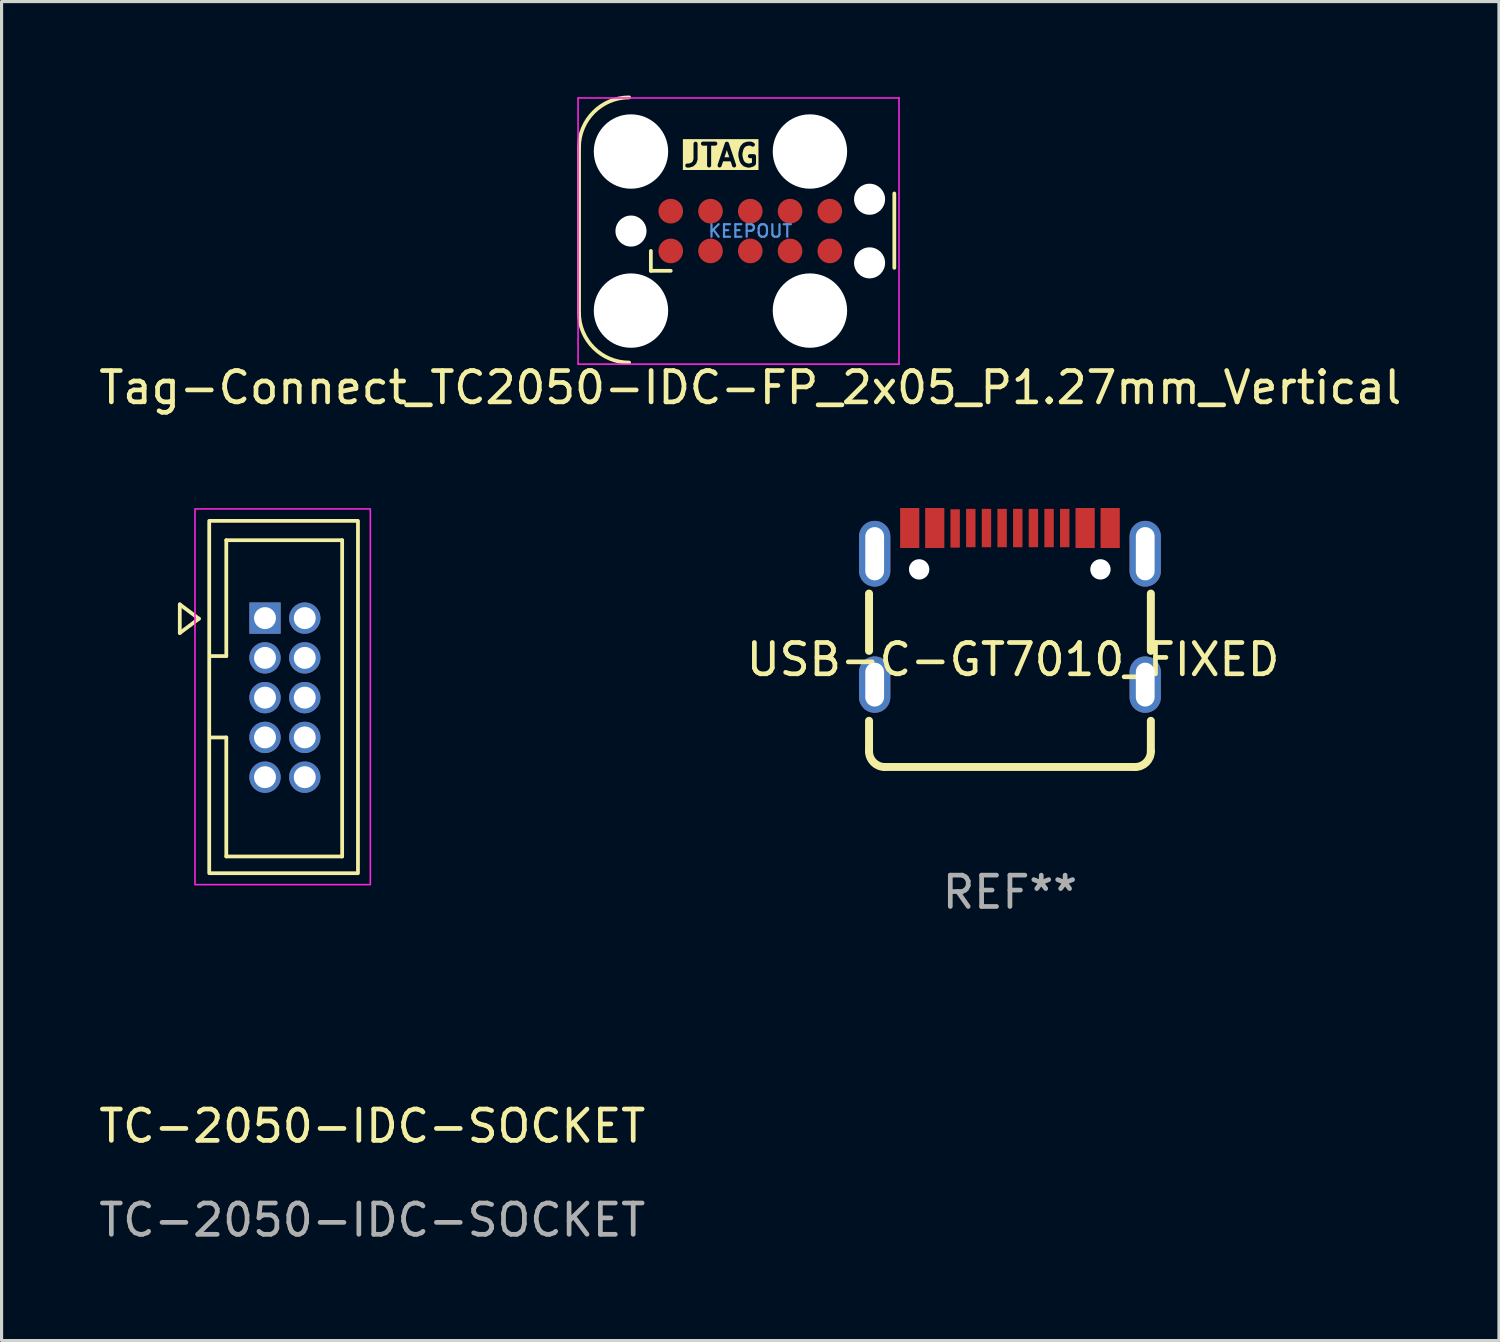
<source format=kicad_pcb>
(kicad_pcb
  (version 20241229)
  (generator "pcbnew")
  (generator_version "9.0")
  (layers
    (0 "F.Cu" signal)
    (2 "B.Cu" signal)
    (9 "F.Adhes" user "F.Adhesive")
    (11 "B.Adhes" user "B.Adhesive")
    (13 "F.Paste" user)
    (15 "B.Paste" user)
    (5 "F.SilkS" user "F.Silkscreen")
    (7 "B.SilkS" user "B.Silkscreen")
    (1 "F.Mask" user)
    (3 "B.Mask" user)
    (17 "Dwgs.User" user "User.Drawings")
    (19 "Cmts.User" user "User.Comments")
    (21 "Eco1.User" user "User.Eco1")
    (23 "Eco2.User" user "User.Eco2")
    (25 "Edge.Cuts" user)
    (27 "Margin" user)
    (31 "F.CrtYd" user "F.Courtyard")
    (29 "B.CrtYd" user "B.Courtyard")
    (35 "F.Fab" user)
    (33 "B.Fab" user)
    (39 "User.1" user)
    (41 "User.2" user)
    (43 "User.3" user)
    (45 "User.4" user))
  (footprint "Tag-Connect_TC2050-IDC-FP_2x05_P1.27mm_Vertical"
    (layer "F.Cu")
    (at 20.911 4.329)
    (property "Reference" "Tag-Connect_TC2050-IDC-FP_2x05_P1.27mm_Vertical" (at 0 5 0) (layer "F.SilkS") (effects (font (size 1 1) (thickness 0.15))))
    (attr exclude_from_pos_files exclude_from_bom)
    (fp_line (start -5.469 2.6) (end -5.469 -2.669) (stroke (width 0.12) (type default)) (layer "F.SilkS"))
    (fp_line (start -3.175 1.27) (end -3.175 0.635) (stroke (width 0.12) (type solid)) (layer "F.SilkS"))
    (fp_line (start -2.54 1.27) (end -3.175 1.27) (stroke (width 0.12) (type solid)) (layer "F.SilkS"))
    (fp_line (start 4.6 -1.2) (end 4.6 1.174) (stroke (width 0.12) (type default)) (layer "F.SilkS"))
    (fp_arc (start -5.468629 -2.668629) (mid -5 -3.8) (end -3.868629 -4.268629) (stroke (width 0.12) (type default)) (layer "F.SilkS"))
    (fp_arc (start -3.868629 4.2) (mid -5 3.731371) (end -5.468629 2.6) (stroke (width 0.12) (type default)) (layer "F.SilkS"))
    (fp_line (start -5.5 -4.25) (end 4.75 -4.25) (stroke (width 0.05) (type solid)) (layer "F.CrtYd"))
    (fp_line (start -5.5 4.25) (end -5.5 -4.25) (stroke (width 0.05) (type solid)) (layer "F.CrtYd"))
    (fp_line (start 4.75 -4.25) (end 4.75 4.25) (stroke (width 0.05) (type solid)) (layer "F.CrtYd"))
    (fp_line (start 4.75 4.25) (end -5.5 4.25) (stroke (width 0.05) (type solid)) (layer "F.CrtYd"))
    (fp_text user "JTAG" (at -2.2 -2 0) (unlocked yes) (layer "F.SilkS" knockout) (effects (font (size 0.7 0.7) (thickness 0.13) (bold yes)) (justify left bottom)))
    (fp_text user "KEEPOUT" (at 0 0 0) (layer "Cmts.User") (effects (font (size 0.4 0.4) (thickness 0.07))))
    (pad "" np_thru_hole circle (at -3.81 -2.54) (size 2.375 2.375) (drill 2.375) (layers "*.Cu" "*.Mask"))
    (pad "" np_thru_hole circle (at -3.81 0) (size 0.991 0.991) (drill 0.991) (layers "*.Cu" "*.Mask"))
    (pad "" np_thru_hole circle (at -3.81 2.54) (size 2.375 2.375) (drill 2.375) (layers "*.Cu" "*.Mask"))
    (pad "" np_thru_hole circle (at 1.905 -2.54) (size 2.375 2.375) (drill 2.375) (layers "*.Cu" "*.Mask"))
    (pad "" np_thru_hole circle (at 1.905 2.54) (size 2.375 2.375) (drill 2.375) (layers "*.Cu" "*.Mask"))
    (pad "" np_thru_hole circle (at 3.81 -1.016) (size 0.991 0.991) (drill 0.991) (layers "*.Cu" "*.Mask"))
    (pad "" np_thru_hole circle (at 3.81 1.016) (size 0.991 0.991) (drill 0.991) (layers "*.Cu" "*.Mask"))
    (pad "1" connect circle (at -2.54 0.635) (size 0.787 0.787) (layers "F.Cu" "F.Mask"))
    (pad "2" connect circle (at -1.27 0.635) (size 0.787 0.787) (layers "F.Cu" "F.Mask"))
    (pad "3" connect circle (at 0 0.635) (size 0.787 0.787) (layers "F.Cu" "F.Mask"))
    (pad "4" connect circle (at 1.27 0.635) (size 0.787 0.787) (layers "F.Cu" "F.Mask"))
    (pad "5" connect circle (at 2.54 0.635) (size 0.787 0.787) (layers "F.Cu" "F.Mask"))
    (pad "6" connect circle (at 2.54 -0.635) (size 0.787 0.787) (layers "F.Cu" "F.Mask"))
    (pad "7" connect circle (at 1.27 -0.635) (size 0.787 0.787) (layers "F.Cu" "F.Mask"))
    (pad "8" connect circle (at 0 -0.635) (size 0.787 0.787) (layers "F.Cu" "F.Mask"))
    (pad "9" connect circle (at -1.27 -0.635) (size 0.787 0.787) (layers "F.Cu" "F.Mask"))
    (pad "10" connect circle (at -2.54 -0.635) (size 0.787 0.787) (layers "F.Cu" "F.Mask"))
    (zone (net_name "") (layer "F.Cu") (hatch full 0.508) (connect_pads) (min_thickness 0.254) (filled_areas_thickness no) (keepout (tracks allowed) (vias not_allowed) (pads allowed) (copperpour not_allowed) (footprints not_allowed)) (placement (enabled no)) (fill) (polygon (pts (xy 18.371 4.964) (xy 23.451 4.964) (xy 23.451 3.694) (xy 18.371 3.694)))))
  (footprint "TC-2050-IDC-SOCKET"
    (layer "F.Cu")
    (at 8.077 25.802)
    (property "Reference" "TC-2050-IDC-SOCKET" (at 0.762 7.112 0) (unlocked yes) (layer "F.SilkS") (effects (font (size 1 1) (thickness 0.15))))
    (attr through_hole)
    (fp_line (start -5.385 -9.55) (end -4.775 -9.093) (stroke (width 0.12) (type default)) (layer "F.SilkS"))
    (fp_line (start -5.385 -8.636) (end -5.385 -9.55) (stroke (width 0.12) (type default)) (layer "F.SilkS"))
    (fp_line (start -4.775 -9.093) (end -5.385 -8.636) (stroke (width 0.12) (type default)) (layer "F.SilkS"))
    (fp_line (start -3.9 -11.6) (end -3.9 -7.9) (stroke (width 0.12) (type default)) (layer "F.SilkS"))
    (fp_line (start -3.9 -11.6) (end -0.2 -11.6) (stroke (width 0.12) (type default)) (layer "F.SilkS"))
    (fp_line (start -3.9 -7.9) (end -4.4 -7.9) (stroke (width 0.12) (type default)) (layer "F.SilkS"))
    (fp_line (start -3.9 -5.3) (end -4.4 -5.3) (stroke (width 0.12) (type default)) (layer "F.SilkS"))
    (fp_line (start -3.9 -1.5) (end -3.9 -5.3) (stroke (width 0.12) (type default)) (layer "F.SilkS"))
    (fp_line (start -3.9 -1.5) (end -0.2 -1.5) (stroke (width 0.12) (type default)) (layer "F.SilkS"))
    (fp_line (start -0.2 -11.6) (end -0.2 -1.5) (stroke (width 0.12) (type default)) (layer "F.SilkS"))
    (fp_rect (start 0.305 -12.217) (end -4.445 -0.965) (stroke (width 0.12) (type default)) (fill no) (layer "F.SilkS"))
    (fp_rect (start -4.9 -12.6) (end 0.7 -0.6) (stroke (width 0.05) (type default)) (fill no) (layer "F.CrtYd"))
    (fp_text user "${REFERENCE}" (at 0.762 10.112 0) (unlocked yes) (layer "F.Fab") (effects (font (size 1 1) (thickness 0.15))))
    (pad "1" thru_hole rect (at -2.664 -9.112) (size 1 1) (drill 0.7) (layers "*.Cu" "*.Mask"))
    (pad "2" thru_hole oval (at -1.394 -9.112) (size 1 1) (drill 0.7) (layers "*.Cu" "*.Mask"))
    (pad "3" thru_hole oval (at -2.664 -7.842) (size 1 1) (drill 0.7) (layers "*.Cu" "*.Mask"))
    (pad "4" thru_hole oval (at -1.394 -7.842) (size 1 1) (drill 0.7) (layers "*.Cu" "*.Mask"))
    (pad "5" thru_hole oval (at -2.664 -6.572) (size 1 1) (drill 0.7) (layers "*.Cu" "*.Mask"))
    (pad "6" thru_hole oval (at -1.394 -6.572) (size 1 1) (drill 0.7) (layers "*.Cu" "*.Mask"))
    (pad "7" thru_hole oval (at -2.664 -5.302) (size 1 1) (drill 0.7) (layers "*.Cu" "*.Mask"))
    (pad "8" thru_hole oval (at -1.394 -5.302) (size 1 1) (drill 0.7) (layers "*.Cu" "*.Mask"))
    (pad "9" thru_hole oval (at -2.664 -4.032) (size 1 1) (drill 0.7) (layers "*.Cu" "*.Mask"))
    (pad "10" thru_hole oval (at -1.394 -4.032) (size 1 1) (drill 0.7) (layers "*.Cu" "*.Mask")))
  (footprint "USB-C-GT7010_FIXED"
    (layer "F.Cu")
    (at 29.204 16.414)
    (property "Reference" "USB-C-GT7010_FIXED" (at 0.1 1.6 0) (layer "F.SilkS") (effects (font (size 1 1) (thickness 0.15))))
    (attr through_hole)
    (fp_line (start -4.5 1.322) (end -4.5 -0.508) (stroke (width 0.254) (type solid)) (layer "F.SilkS"))
    (fp_line (start -4.5 4.53) (end -4.5 3.556) (stroke (width 0.254) (type solid)) (layer "F.SilkS"))
    (fp_line (start 4 5.03) (end -4 5.03) (stroke (width 0.254) (type solid)) (layer "F.SilkS"))
    (fp_line (start 4.5 1.322) (end 4.5 -0.508) (stroke (width 0.254) (type solid)) (layer "F.SilkS"))
    (fp_line (start 4.5 4.53) (end 4.5 3.556) (stroke (width 0.254) (type solid)) (layer "F.SilkS"))
    (fp_arc (start -4.000051 5.030074) (mid -4.353604 4.883627) (end -4.500051 4.530074) (stroke (width 0.254) (type default)) (layer "F.SilkS"))
    (fp_arc (start 4.499975 4.530074) (mid 4.353528 4.883627) (end 3.999975 5.030074) (stroke (width 0.254) (type default)) (layer "F.SilkS"))
    (fp_circle (center -2.9 -1.28) (end -2.775 -1.28) (stroke (width 0.25) (type solid)) (fill no) (layer "F.Fab"))
    (fp_circle (center 2.89 -1.28) (end 3.015 -1.28) (stroke (width 0.25) (type solid)) (fill no) (layer "F.Fab"))
    (fp_text user "REF**" (at -0.000038 9.03 0) (layer "F.Fab") (effects (font (size 1 1) (thickness 0.15))))
    (pad "" np_thru_hole circle (at -2.9 -1.28) (size 0.65 0.65) (drill 0.65) (layers "*.Cu" "*.Mask"))
    (pad "" np_thru_hole circle (at 2.89 -1.28) (size 0.65 0.65) (drill 0.65) (layers "*.Cu" "*.Mask"))
    (pad "A1" smd rect (at -3.2 -2.6) (size 0.6 1.275) (layers "F.Cu" "F.Mask" "F.Paste"))
    (pad "A4" smd rect (at -2.4 -2.6) (size 0.6 1.275) (layers "F.Cu" "F.Mask" "F.Paste"))
    (pad "A5" smd rect (at -1.25 -2.6) (size 0.3 1.225) (layers "F.Cu" "F.Mask" "F.Paste"))
    (pad "A6" smd rect (at -0.25 -2.6) (size 0.3 1.225) (layers "F.Cu" "F.Mask" "F.Paste"))
    (pad "A7" smd rect (at 0.25 -2.6) (size 0.3 1.225) (layers "F.Cu" "F.Mask" "F.Paste"))
    (pad "A8" smd rect (at 1.25 -2.6) (size 0.3 1.225) (layers "F.Cu" "F.Mask" "F.Paste"))
    (pad "A9" smd rect (at 2.4 -2.6) (size 0.6 1.275) (layers "F.Cu" "F.Mask" "F.Paste"))
    (pad "A12" smd rect (at 3.2 -2.6) (size 0.6 1.275) (layers "F.Cu" "F.Mask" "F.Paste"))
    (pad "B1" smd rect (at 3.2 -2.6) (size 0.6 1.275) (layers "F.Cu" "F.Mask" "F.Paste"))
    (pad "B4" smd rect (at 2.4 -2.6) (size 0.6 1.275) (layers "F.Cu" "F.Mask" "F.Paste"))
    (pad "B5" smd rect (at 1.75 -2.6) (size 0.3 1.225) (layers "F.Cu" "F.Mask" "F.Paste"))
    (pad "B6" smd rect (at 0.75 -2.6) (size 0.3 1.225) (layers "F.Cu" "F.Mask" "F.Paste"))
    (pad "B7" smd rect (at -0.75 -2.6) (size 0.3 1.225) (layers "F.Cu" "F.Mask" "F.Paste"))
    (pad "B8" smd rect (at -1.75 -2.587) (size 0.3 1.225) (layers "F.Cu" "F.Mask" "F.Paste"))
    (pad "B9" smd rect (at -2.4 -2.6) (size 0.6 1.275) (layers "F.Cu" "F.Mask" "F.Paste"))
    (pad "B12" smd rect (at -3.2 -2.6) (size 0.6 1.275) (layers "F.Cu" "F.Mask" "F.Paste"))
    (pad "S1" thru_hole oval (at -4.32 -1.78) (size 1 2.1) (drill oval 0.6 1.7) (layers "*.Cu" "*.Mask"))
    (pad "S1" thru_hole oval (at -4.32 2.4) (size 1 1.8) (drill oval 0.6 1.4) (layers "*.Cu" "*.Mask"))
    (pad "S1" thru_hole oval (at 4.32 -1.78) (size 1 2.1) (drill oval 0.6 1.7) (layers "*.Cu" "*.Mask"))
    (pad "S1" thru_hole oval (at 4.32 2.4) (size 1 1.8) (drill oval 0.6 1.4) (layers "*.Cu" "*.Mask")))
  (gr_rect
    (start -3 -3)
    (end 44.821 39.762)
    (stroke (width 0.1) (type default))
    (fill no)
    (layer "Edge.Cuts")))
</source>
